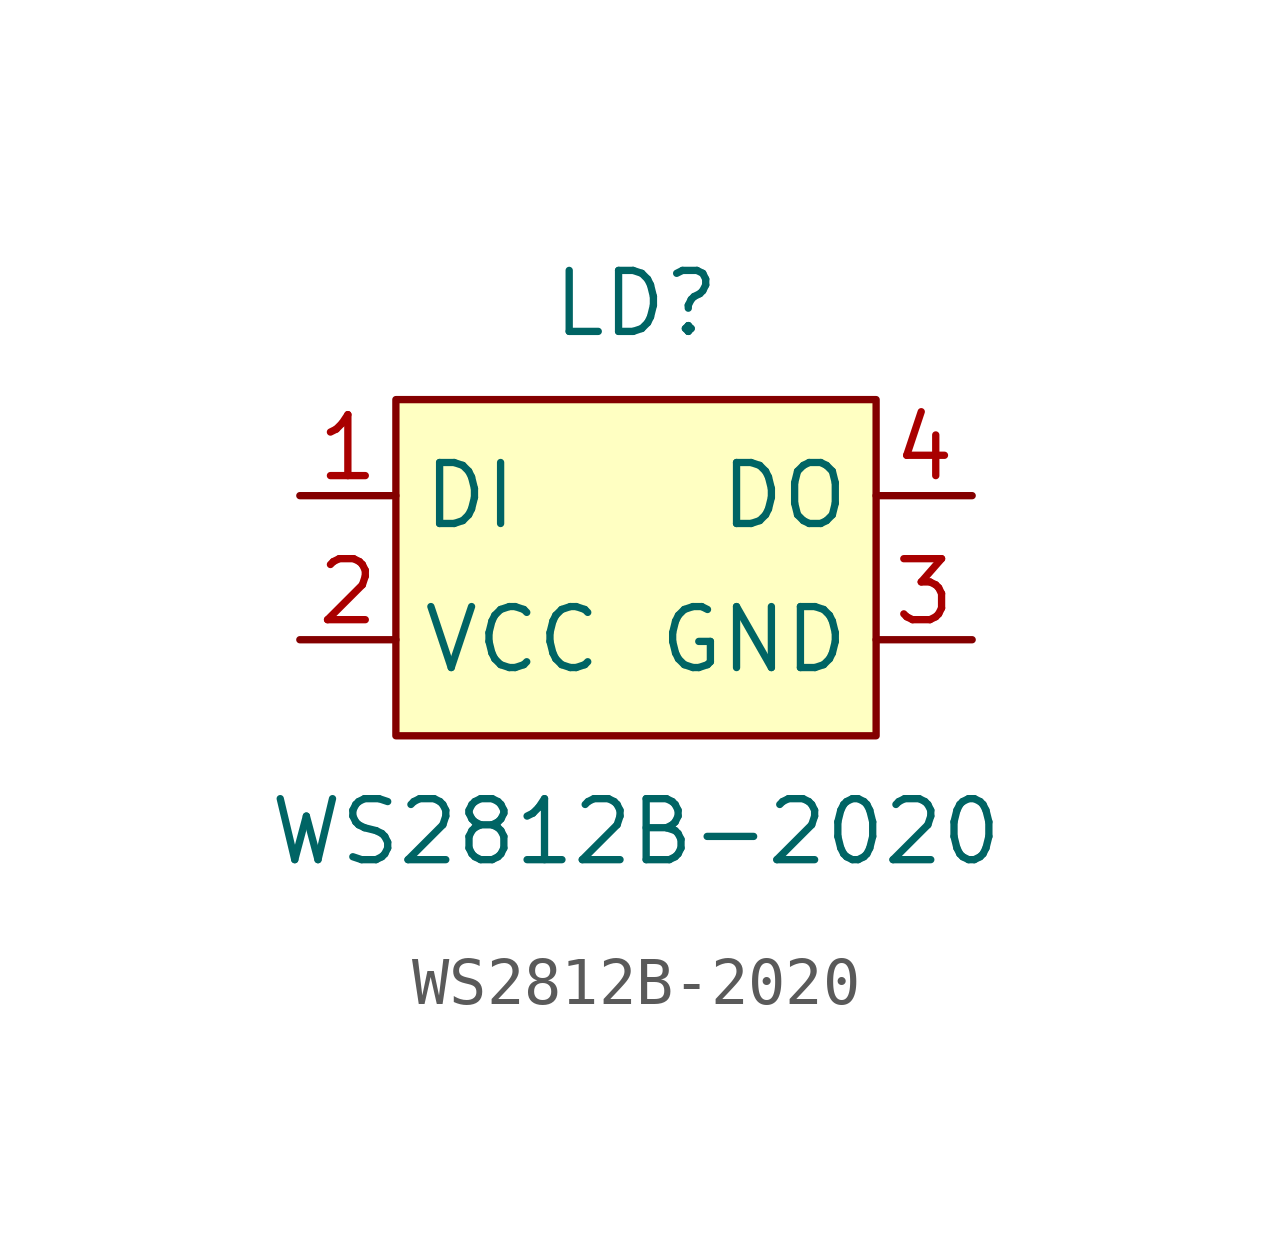
<source format=kicad_sym>
(kicad_symbol_lib
  (version 20220914)
  (generator kicad_symbol_editor)
  (symbol "WS2812B-2020"
    (property "Reference" "LD"
      (at 0 0 0)
      (effects (font (size 1.27 1.27))))
    (property "Value" "WS2812B-2020"
      (at 0 -11 0)
      (effects (font (size 1.27 1.27))))
    (symbol "WS2812B-2020_0_1"
      (rectangle (start -5 -2) (end 5 -9) (stroke (width 0) (type default)) (fill (type background))))
    (symbol "WS2812B-2020_1_1"
      (pin input line (at -7 -4 0) (length 2) (name "DI" (effects (font (size 1.27 1.27)))) (number "1" (effects (font (size 1.27 1.27)))))
      (pin input line (at -7 -7 0) (length 2) (name "VCC" (effects (font (size 1.27 1.27)))) (number "2" (effects (font (size 1.27 1.27)))))
      (pin input line (at 7 -7 180) (length 2) (name "GND" (effects (font (size 1.27 1.27)))) (number "3" (effects (font (size 1.27 1.27)))))
      (pin input line (at 7 -4 180) (length 2) (name "DO" (effects (font (size 1.27 1.27)))) (number "4" (effects (font (size 1.27 1.27))))))))
</source>
